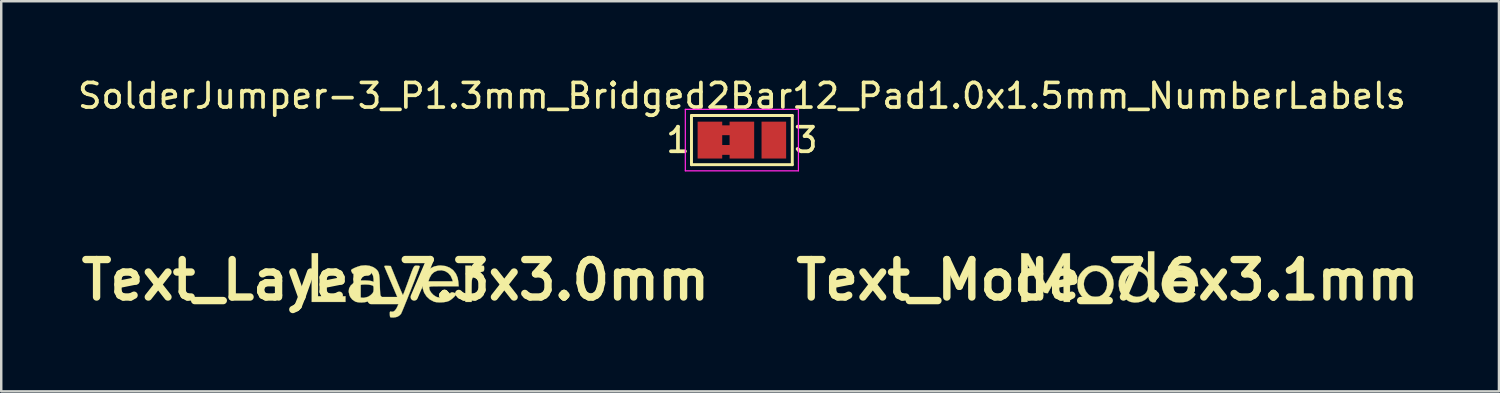
<source format=kicad_pcb>
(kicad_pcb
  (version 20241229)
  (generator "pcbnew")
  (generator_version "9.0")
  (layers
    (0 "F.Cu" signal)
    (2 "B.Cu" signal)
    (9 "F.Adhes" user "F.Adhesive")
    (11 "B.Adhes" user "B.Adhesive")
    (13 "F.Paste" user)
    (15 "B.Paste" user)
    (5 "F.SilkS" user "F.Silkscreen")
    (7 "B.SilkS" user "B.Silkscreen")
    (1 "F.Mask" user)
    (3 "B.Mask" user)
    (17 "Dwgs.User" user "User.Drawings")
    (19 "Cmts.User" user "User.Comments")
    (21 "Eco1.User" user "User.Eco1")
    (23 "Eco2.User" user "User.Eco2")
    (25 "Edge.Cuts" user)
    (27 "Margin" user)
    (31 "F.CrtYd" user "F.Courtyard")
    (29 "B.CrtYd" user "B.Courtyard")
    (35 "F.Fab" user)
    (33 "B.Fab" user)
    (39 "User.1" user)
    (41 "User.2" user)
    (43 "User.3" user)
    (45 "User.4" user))
  (footprint "Text_Layer_7.3x3.0mm"
    (layer "F.Cu")
    (at 13.034 8.341)
    (property "Reference" "Text_Layer_7.3x3.0mm" (at 0 0 180) (layer "F.SilkS") (effects (font (size 1.524 1.524) (thickness 0.3))))
    (attr through_hole)
    (fp_poly (pts (xy -3.15 0.66) (xy -2.032 0.66) (xy -2.032 0.889) (xy -3.404 0.889) (xy -3.404 -1.092) (xy -3.15 -1.092) (xy -3.15 0.66)) (stroke (width 0.01) (type solid)) (fill yes) (layer "F.SilkS"))
    (fp_poly (pts (xy 3.073 -0.279) (xy 3.167 -0.383) (xy 3.277 -0.483) (xy 3.394 -0.552) (xy 3.507 -0.583) (xy 3.53 -0.584) (xy 3.577 -0.581) (xy 3.6 -0.562) (xy 3.606 -0.513) (xy 3.607 -0.472) (xy 3.605 -0.408) (xy 3.592 -0.369) (xy 3.556 -0.346) (xy 3.487 -0.328) (xy 3.438 -0.318) (xy 3.339 -0.279) (xy 3.237 -0.209) (xy 3.155 -0.122) (xy 3.146 -0.108) (xy 3.129 -0.078) (xy 3.117 -0.038) (xy 3.108 0.018) (xy 3.103 0.098) (xy 3.1 0.211) (xy 3.099 0.364) (xy 3.099 0.425) (xy 3.099 0.889) (xy 2.845 0.889) (xy 2.845 -0.584) (xy 3.073 -0.584) (xy 3.073 -0.279)) (stroke (width 0.01) (type solid)) (fill yes) (layer "F.SilkS"))
    (fp_poly (pts (xy 2.036 -0.57) (xy 2.207 -0.505) (xy 2.349 -0.4) (xy 2.458 -0.261) (xy 2.53 -0.091) (xy 2.56 0.08) (xy 2.572 0.254) (xy 1.972 0.254) (xy 1.782 0.254) (xy 1.638 0.255) (xy 1.532 0.257) (xy 1.458 0.26) (xy 1.412 0.266) (xy 1.386 0.274) (xy 1.374 0.286) (xy 1.372 0.302) (xy 1.372 0.306) (xy 1.394 0.409) (xy 1.456 0.513) (xy 1.545 0.606) (xy 1.651 0.676) (xy 1.709 0.698) (xy 1.864 0.72) (xy 2.01 0.693) (xy 2.143 0.618) (xy 2.208 0.557) (xy 2.257 0.51) (xy 2.299 0.496) (xy 2.361 0.508) (xy 2.369 0.51) (xy 2.432 0.536) (xy 2.463 0.567) (xy 2.464 0.573) (xy 2.444 0.617) (xy 2.394 0.678) (xy 2.323 0.745) (xy 2.245 0.806) (xy 2.171 0.851) (xy 2.072 0.883) (xy 1.943 0.903) (xy 1.804 0.909) (xy 1.673 0.902) (xy 1.57 0.88) (xy 1.568 0.879) (xy 1.402 0.792) (xy 1.267 0.668) (xy 1.168 0.514) (xy 1.109 0.334) (xy 1.092 0.166) (xy 1.104 0.051) (xy 1.343 0.051) (xy 2.333 0.051) (xy 2.31 -0.03) (xy 2.245 -0.174) (xy 2.147 -0.286) (xy 2.023 -0.363) (xy 1.881 -0.398) (xy 1.73 -0.388) (xy 1.708 -0.383) (xy 1.573 -0.323) (xy 1.467 -0.225) (xy 1.388 -0.085) (xy 1.36 -0.006) (xy 1.343 0.051) (xy 1.104 0.051) (xy 1.111 -0.025) (xy 1.172 -0.192) (xy 1.276 -0.342) (xy 1.284 -0.352) (xy 1.424 -0.476) (xy 1.581 -0.555) (xy 1.763 -0.59) (xy 1.841 -0.593) (xy 2.036 -0.57)) (stroke (width 0.01) (type solid)) (fill yes) (layer "F.SilkS"))
    (fp_poly (pts (xy 0.877 -0.584) (xy 0.878 -0.584) (xy 0.95 -0.581) (xy 0.982 -0.57) (xy 0.985 -0.545) (xy 0.984 -0.54) (xy 0.965 -0.483) (xy 0.931 -0.388) (xy 0.883 -0.262) (xy 0.825 -0.111) (xy 0.76 0.059) (xy 0.688 0.241) (xy 0.614 0.429) (xy 0.54 0.616) (xy 0.468 0.797) (xy 0.4 0.964) (xy 0.34 1.111) (xy 0.29 1.232) (xy 0.251 1.321) (xy 0.228 1.371) (xy 0.224 1.378) (xy 0.162 1.441) (xy 0.087 1.488) (xy 0.086 1.489) (xy 0.013 1.51) (xy -0.072 1.522) (xy -0.15 1.523) (xy -0.203 1.513) (xy -0.212 1.507) (xy -0.222 1.473) (xy -0.228 1.408) (xy -0.229 1.38) (xy -0.227 1.311) (xy -0.215 1.282) (xy -0.186 1.28) (xy -0.165 1.285) (xy -0.089 1.284) (xy -0.02 1.239) (xy 0.045 1.147) (xy 0.089 1.056) (xy 0.16 0.889) (xy -0.139 0.184) (xy -0.215 0.006) (xy -0.284 -0.158) (xy -0.345 -0.301) (xy -0.394 -0.418) (xy -0.429 -0.502) (xy -0.449 -0.548) (xy -0.451 -0.554) (xy -0.446 -0.573) (xy -0.408 -0.581) (xy -0.327 -0.579) (xy -0.191 -0.572) (xy 0.05 0.019) (xy 0.116 0.18) (xy 0.176 0.325) (xy 0.228 0.446) (xy 0.268 0.538) (xy 0.294 0.594) (xy 0.304 0.61) (xy 0.316 0.587) (xy 0.343 0.523) (xy 0.381 0.426) (xy 0.427 0.302) (xy 0.48 0.159) (xy 0.494 0.121) (xy 0.566 -0.081) (xy 0.624 -0.241) (xy 0.669 -0.362) (xy 0.705 -0.451) (xy 0.735 -0.513) (xy 0.76 -0.552) (xy 0.784 -0.574) (xy 0.81 -0.583) (xy 0.84 -0.585) (xy 0.877 -0.584)) (stroke (width 0.01) (type solid)) (fill yes) (layer "F.SilkS"))
    (fp_poly (pts (xy -1.045 -0.577) (xy -0.897 -0.523) (xy -0.792 -0.45) (xy -0.743 -0.4) (xy -0.707 -0.35) (xy -0.68 -0.289) (xy -0.662 -0.211) (xy -0.649 -0.107) (xy -0.641 0.032) (xy -0.635 0.199) (xy -0.63 0.36) (xy -0.624 0.479) (xy -0.618 0.561) (xy -0.609 0.613) (xy -0.597 0.645) (xy -0.582 0.661) (xy -0.578 0.663) (xy -0.544 0.707) (xy -0.533 0.788) (xy -0.538 0.856) (xy -0.559 0.889) (xy -0.595 0.904) (xy -0.688 0.907) (xy -0.768 0.874) (xy -0.822 0.812) (xy -0.838 0.745) (xy -0.838 0.682) (xy -0.938 0.76) (xy -1.023 0.817) (xy -1.116 0.866) (xy -1.144 0.877) (xy -1.253 0.902) (xy -1.379 0.912) (xy -1.503 0.907) (xy -1.605 0.886) (xy -1.638 0.872) (xy -1.756 0.793) (xy -1.835 0.692) (xy -1.87 0.619) (xy -1.901 0.475) (xy -1.897 0.437) (xy -1.65 0.437) (xy -1.634 0.525) (xy -1.588 0.605) (xy -1.515 0.671) (xy -1.419 0.712) (xy -1.304 0.722) (xy -1.27 0.718) (xy -1.189 0.701) (xy -1.118 0.681) (xy -1.118 0.681) (xy -1.059 0.648) (xy -0.991 0.596) (xy -0.972 0.578) (xy -0.921 0.522) (xy -0.897 0.469) (xy -0.889 0.394) (xy -0.889 0.365) (xy -0.891 0.286) (xy -0.902 0.244) (xy -0.931 0.221) (xy -0.984 0.205) (xy -1.091 0.186) (xy -1.218 0.179) (xy -1.343 0.184) (xy -1.448 0.201) (xy -1.483 0.213) (xy -1.578 0.273) (xy -1.632 0.351) (xy -1.65 0.437) (xy -1.897 0.437) (xy -1.885 0.342) (xy -1.821 0.225) (xy -1.713 0.127) (xy -1.628 0.079) (xy -1.549 0.046) (xy -1.477 0.026) (xy -1.393 0.017) (xy -1.279 0.015) (xy -1.257 0.015) (xy -1.146 0.02) (xy -1.046 0.029) (xy -0.975 0.042) (xy -0.959 0.047) (xy -0.889 0.075) (xy -0.889 -0.045) (xy -0.91 -0.178) (xy -0.969 -0.282) (xy -1.06 -0.356) (xy -1.176 -0.397) (xy -1.312 -0.403) (xy -1.461 -0.371) (xy -1.576 -0.322) (xy -1.649 -0.285) (xy -1.705 -0.26) (xy -1.725 -0.254) (xy -1.747 -0.274) (xy -1.775 -0.321) (xy -1.797 -0.374) (xy -1.803 -0.403) (xy -1.781 -0.43) (xy -1.722 -0.465) (xy -1.639 -0.504) (xy -1.545 -0.541) (xy -1.45 -0.571) (xy -1.388 -0.586) (xy -1.213 -0.599) (xy -1.045 -0.577)) (stroke (width 0.01) (type solid)) (fill yes) (layer "F.SilkS")))
  (footprint "SolderJumper-3_P1.3mm_Bridged2Bar12_Pad1.0x1.5mm_NumberLabels"
    (layer "F.Cu")
    (at 27.125 2.648)
    (property "Reference" "SolderJumper-3_P1.3mm_Bridged2Bar12_Pad1.0x1.5mm_NumberLabels" (at 0 -1.8 180) (layer "F.SilkS") (effects (font (size 1 1) (thickness 0.15))))
    (attr exclude_from_pos_files exclude_from_bom)
    (fp_poly (pts (xy -0.9 -0.6) (xy -0.4 -0.6) (xy -0.4 -0.2) (xy -0.9 -0.2)) (stroke (width 0) (type solid)) (fill yes) (layer "F.Cu"))
    (fp_poly (pts (xy -0.9 0.2) (xy -0.4 0.2) (xy -0.4 0.6) (xy -0.9 0.6)) (stroke (width 0) (type solid)) (fill yes) (layer "F.Cu"))
    (fp_line (start -2.05 -1) (end 2.05 -1) (stroke (width 0.12) (type solid)) (layer "F.SilkS"))
    (fp_line (start -2.05 1) (end -2.05 -1) (stroke (width 0.12) (type solid)) (layer "F.SilkS"))
    (fp_line (start 2.05 -1) (end 2.05 1) (stroke (width 0.12) (type solid)) (layer "F.SilkS"))
    (fp_line (start 2.05 1) (end -2.05 1) (stroke (width 0.12) (type solid)) (layer "F.SilkS"))
    (fp_line (start -2.3 -1.25) (end -2.3 1.25) (stroke (width 0.05) (type solid)) (layer "F.CrtYd"))
    (fp_line (start -2.3 -1.25) (end 2.3 -1.25) (stroke (width 0.05) (type solid)) (layer "F.CrtYd"))
    (fp_line (start 2.3 1.25) (end -2.3 1.25) (stroke (width 0.05) (type solid)) (layer "F.CrtYd"))
    (fp_line (start 2.3 1.25) (end 2.3 -1.25) (stroke (width 0.05) (type solid)) (layer "F.CrtYd"))
    (fp_text user "3" (at 2.6 0 180) (layer "F.SilkS") (effects (font (size 1 1) (thickness 0.15))))
    (fp_text user "1" (at -2.6 0 180) (layer "F.SilkS") (effects (font (size 1 1) (thickness 0.15))))
    (pad "1" smd rect (at -1.3 0) (size 1 1.5) (layers "F.Cu" "F.Mask"))
    (pad "2" smd rect (at 0 0) (size 1 1.5) (layers "F.Cu" "F.Mask"))
    (pad "3" smd rect (at 1.3 0) (size 1 1.5) (layers "F.Cu" "F.Mask")))
  (footprint "Text_Mode_7.6x3.1mm"
    (layer "F.Cu")
    (at 41.993 8.341)
    (property "Reference" "Text_Mode_7.6x3.1mm" (at 0 0 180) (layer "F.SilkS") (effects (font (size 1.524 1.524) (thickness 0.3))))
    (attr through_hole)
    (fp_poly (pts (xy -1.524 0.889) (xy -1.777 0.889) (xy -1.784 0.139) (xy -1.791 -0.611) (xy -2.108 -0.039) (xy -2.426 0.534) (xy -2.512 0.527) (xy -2.539 0.524) (xy -2.564 0.515) (xy -2.589 0.496) (xy -2.619 0.461) (xy -2.657 0.405) (xy -2.707 0.323) (xy -2.772 0.211) (xy -2.856 0.062) (xy -2.919 -0.05) (xy -3.239 -0.62) (xy -3.252 0.889) (xy -3.505 0.889) (xy -3.505 -1.095) (xy -3.213 -1.079) (xy -2.87 -0.464) (xy -2.78 -0.303) (xy -2.699 -0.159) (xy -2.628 -0.035) (xy -2.571 0.062) (xy -2.532 0.126) (xy -2.514 0.152) (xy -2.513 0.152) (xy -2.498 0.131) (xy -2.461 0.071) (xy -2.406 -0.022) (xy -2.336 -0.143) (xy -2.255 -0.285) (xy -2.165 -0.444) (xy -2.154 -0.464) (xy -1.809 -1.079) (xy -1.667 -1.087) (xy -1.524 -1.095) (xy -1.524 0.889)) (stroke (width 0.01) (type solid)) (fill yes) (layer "F.SilkS"))
    (fp_poly (pts (xy -0.305 -0.574) (xy -0.183 -0.535) (xy -0.027 -0.441) (xy 0.095 -0.317) (xy 0.183 -0.171) (xy 0.235 -0.009) (xy 0.252 0.16) (xy 0.234 0.331) (xy 0.18 0.494) (xy 0.092 0.644) (xy -0.033 0.772) (xy -0.159 0.855) (xy -0.243 0.883) (xy -0.367 0.902) (xy -0.457 0.908) (xy -0.569 0.912) (xy -0.648 0.907) (xy -0.712 0.892) (xy -0.779 0.864) (xy -0.806 0.851) (xy -0.942 0.76) (xy -1.061 0.641) (xy -1.15 0.507) (xy -1.179 0.439) (xy -1.21 0.294) (xy -1.215 0.171) (xy -0.962 0.171) (xy -0.939 0.32) (xy -0.878 0.458) (xy -0.779 0.578) (xy -0.699 0.638) (xy -0.608 0.672) (xy -0.493 0.685) (xy -0.376 0.676) (xy -0.313 0.659) (xy -0.194 0.589) (xy -0.103 0.485) (xy -0.043 0.358) (xy -0.014 0.218) (xy -0.018 0.073) (xy -0.056 -0.066) (xy -0.13 -0.188) (xy -0.176 -0.237) (xy -0.307 -0.329) (xy -0.441 -0.37) (xy -0.575 -0.361) (xy -0.707 -0.301) (xy -0.787 -0.239) (xy -0.887 -0.117) (xy -0.945 0.022) (xy -0.962 0.171) (xy -1.215 0.171) (xy -1.217 0.13) (xy -1.2 -0.03) (xy -1.179 -0.11) (xy -1.118 -0.231) (xy -1.023 -0.353) (xy -0.91 -0.46) (xy -0.794 -0.535) (xy -0.644 -0.582) (xy -0.475 -0.595) (xy -0.305 -0.574)) (stroke (width 0.01) (type solid)) (fill yes) (layer "F.SilkS"))
    (fp_poly (pts (xy 3.154 -0.57) (xy 3.324 -0.505) (xy 3.466 -0.4) (xy 3.575 -0.261) (xy 3.648 -0.091) (xy 3.677 0.08) (xy 3.69 0.254) (xy 3.09 0.254) (xy 2.9 0.254) (xy 2.755 0.255) (xy 2.649 0.257) (xy 2.576 0.26) (xy 2.529 0.266) (xy 2.503 0.274) (xy 2.492 0.286) (xy 2.489 0.302) (xy 2.489 0.306) (xy 2.512 0.409) (xy 2.573 0.513) (xy 2.662 0.606) (xy 2.769 0.676) (xy 2.826 0.698) (xy 2.982 0.72) (xy 3.128 0.693) (xy 3.261 0.618) (xy 3.326 0.557) (xy 3.374 0.51) (xy 3.417 0.496) (xy 3.479 0.508) (xy 3.487 0.51) (xy 3.549 0.536) (xy 3.58 0.567) (xy 3.581 0.573) (xy 3.562 0.617) (xy 3.511 0.678) (xy 3.441 0.745) (xy 3.362 0.806) (xy 3.288 0.851) (xy 3.19 0.883) (xy 3.061 0.903) (xy 2.922 0.909) (xy 2.791 0.902) (xy 2.688 0.88) (xy 2.686 0.879) (xy 2.519 0.792) (xy 2.385 0.668) (xy 2.286 0.514) (xy 2.226 0.334) (xy 2.21 0.166) (xy 2.221 0.051) (xy 2.46 0.051) (xy 3.451 0.051) (xy 3.428 -0.03) (xy 3.363 -0.174) (xy 3.265 -0.286) (xy 3.141 -0.363) (xy 2.999 -0.398) (xy 2.848 -0.388) (xy 2.826 -0.383) (xy 2.69 -0.323) (xy 2.584 -0.225) (xy 2.505 -0.085) (xy 2.478 -0.006) (xy 2.46 0.051) (xy 2.221 0.051) (xy 2.229 -0.025) (xy 2.289 -0.192) (xy 2.393 -0.342) (xy 2.402 -0.352) (xy 2.542 -0.476) (xy 2.699 -0.555) (xy 2.88 -0.59) (xy 2.959 -0.593) (xy 3.154 -0.57)) (stroke (width 0.01) (type solid)) (fill yes) (layer "F.SilkS"))
    (fp_poly (pts (xy 1.905 -0.266) (xy 1.905 -0.024) (xy 1.906 0.171) (xy 1.908 0.325) (xy 1.91 0.443) (xy 1.914 0.529) (xy 1.919 0.588) (xy 1.926 0.625) (xy 1.935 0.645) (xy 1.943 0.651) (xy 1.971 0.687) (xy 1.981 0.769) (xy 1.981 0.776) (xy 1.976 0.85) (xy 1.956 0.889) (xy 1.933 0.901) (xy 1.842 0.906) (xy 1.76 0.871) (xy 1.7 0.805) (xy 1.676 0.718) (xy 1.676 0.715) (xy 1.676 0.654) (xy 1.626 0.718) (xy 1.527 0.805) (xy 1.397 0.869) (xy 1.248 0.906) (xy 1.093 0.914) (xy 0.947 0.89) (xy 0.87 0.861) (xy 0.745 0.776) (xy 0.63 0.659) (xy 0.539 0.524) (xy 0.492 0.412) (xy 0.458 0.217) (xy 0.461 0.161) (xy 0.724 0.161) (xy 0.749 0.323) (xy 0.823 0.481) (xy 0.827 0.488) (xy 0.922 0.59) (xy 1.043 0.656) (xy 1.18 0.685) (xy 1.321 0.673) (xy 1.434 0.628) (xy 1.533 0.559) (xy 1.598 0.479) (xy 1.635 0.377) (xy 1.65 0.24) (xy 1.651 0.185) (xy 1.646 0.048) (xy 1.628 -0.054) (xy 1.592 -0.135) (xy 1.533 -0.208) (xy 1.507 -0.234) (xy 1.383 -0.322) (xy 1.25 -0.367) (xy 1.117 -0.367) (xy 0.991 -0.321) (xy 0.925 -0.274) (xy 0.812 -0.144) (xy 0.745 0.003) (xy 0.724 0.161) (xy 0.461 0.161) (xy 0.467 0.026) (xy 0.516 -0.155) (xy 0.602 -0.317) (xy 0.721 -0.451) (xy 0.851 -0.54) (xy 0.987 -0.586) (xy 1.14 -0.597) (xy 1.291 -0.573) (xy 1.402 -0.526) (xy 1.485 -0.47) (xy 1.56 -0.406) (xy 1.585 -0.38) (xy 1.651 -0.301) (xy 1.651 -1.168) (xy 1.905 -1.168) (xy 1.905 -0.266)) (stroke (width 0.01) (type solid)) (fill yes) (layer "F.SilkS")))
  (gr_rect
    (start -3 -3)
    (end 57.918 12.869)
    (stroke (width 0.1) (type default))
    (fill no)
    (layer "Edge.Cuts")))
</source>
